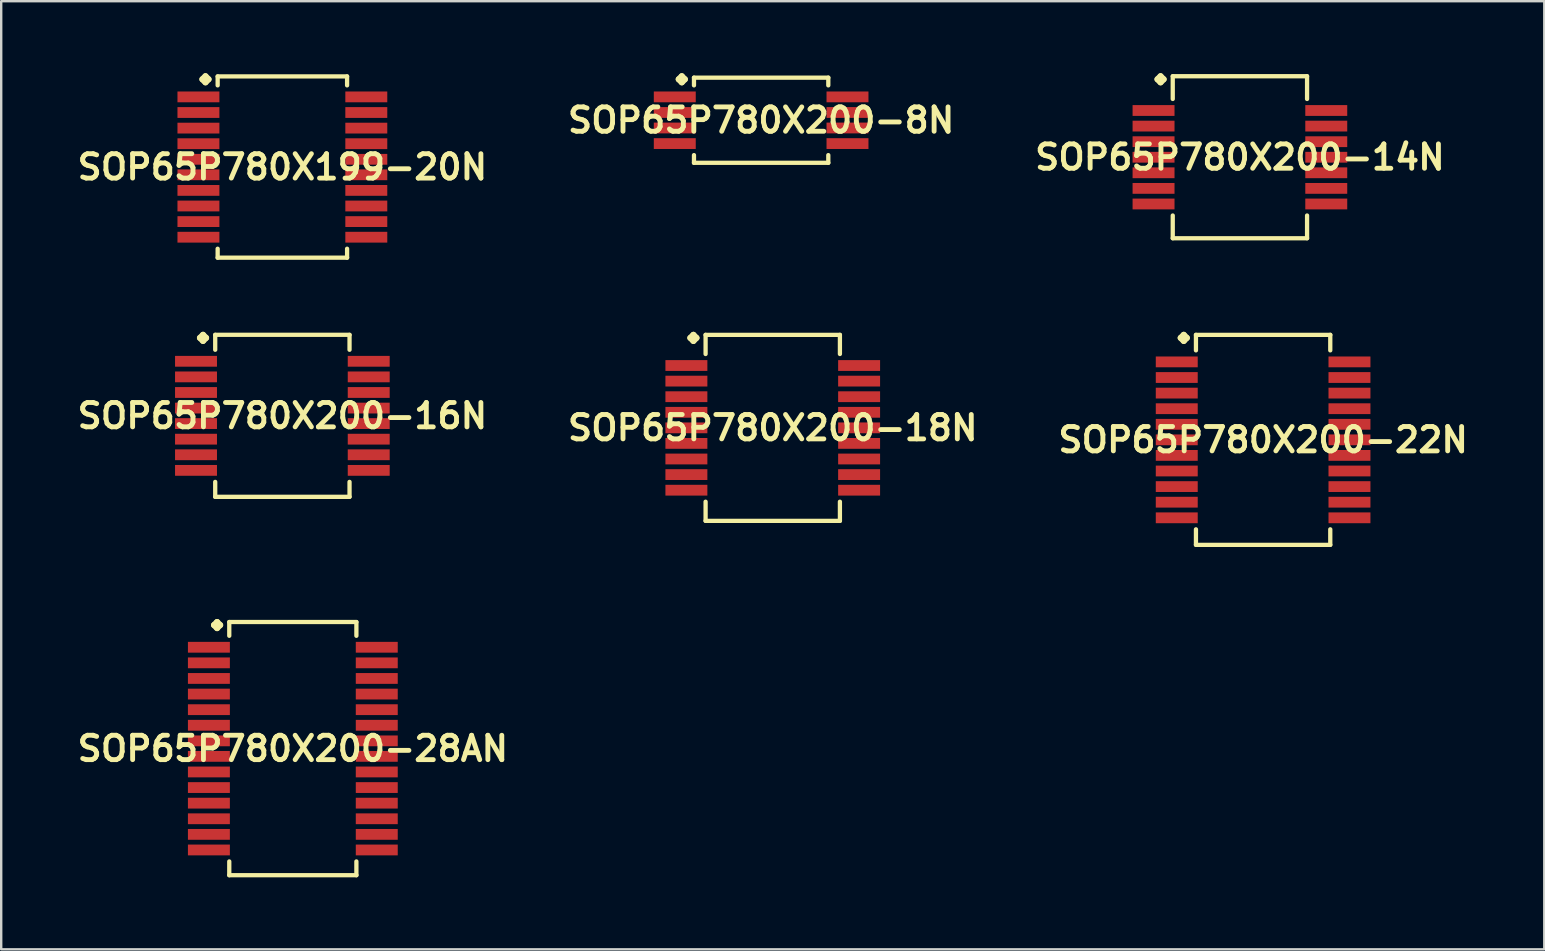
<source format=kicad_pcb>
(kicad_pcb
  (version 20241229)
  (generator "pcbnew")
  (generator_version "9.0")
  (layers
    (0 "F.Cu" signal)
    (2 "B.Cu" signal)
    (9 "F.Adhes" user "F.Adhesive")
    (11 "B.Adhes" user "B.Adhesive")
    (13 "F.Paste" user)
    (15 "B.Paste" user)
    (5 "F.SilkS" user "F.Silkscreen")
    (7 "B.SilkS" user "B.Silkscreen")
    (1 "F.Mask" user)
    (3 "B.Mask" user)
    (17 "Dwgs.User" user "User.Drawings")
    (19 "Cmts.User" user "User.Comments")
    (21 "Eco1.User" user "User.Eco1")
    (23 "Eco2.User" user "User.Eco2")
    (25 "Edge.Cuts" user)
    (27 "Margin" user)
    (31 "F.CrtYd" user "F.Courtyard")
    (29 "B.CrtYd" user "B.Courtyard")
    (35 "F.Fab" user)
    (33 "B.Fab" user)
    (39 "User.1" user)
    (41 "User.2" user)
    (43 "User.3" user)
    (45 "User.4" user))
  (footprint "SOP65P780X200-18N"
    (layer "F.Cu")
    (at 29.155 14.781)
    (property "Reference" "SOP65P780X200-18N" (at 0 0 0) (layer "F.SilkS") (effects (font (size 1.016 1.016) (thickness 0.203))))
    (attr smd)
    (fp_line (start -3.434 -3.749) (end -3.307 -3.876) (stroke (width 0.254) (type solid)) (layer "F.SilkS"))
    (fp_line (start -3.307 -3.876) (end -3.18 -3.749) (stroke (width 0.254) (type solid)) (layer "F.SilkS"))
    (fp_line (start -3.307 -3.622) (end -3.434 -3.749) (stroke (width 0.254) (type solid)) (layer "F.SilkS"))
    (fp_line (start -3.18 -3.749) (end -3.307 -3.622) (stroke (width 0.254) (type solid)) (layer "F.SilkS"))
    (fp_line (start -2.799 -3.876) (end 2.799 -3.876) (stroke (width 0.178) (type solid)) (layer "F.SilkS"))
    (fp_line (start -2.799 -3.078) (end -2.799 -3.876) (stroke (width 0.178) (type solid)) (layer "F.SilkS"))
    (fp_line (start -2.799 3.078) (end -2.799 3.876) (stroke (width 0.178) (type solid)) (layer "F.SilkS"))
    (fp_line (start -2.799 3.876) (end 2.799 3.876) (stroke (width 0.178) (type solid)) (layer "F.SilkS"))
    (fp_line (start 2.799 -3.876) (end 2.799 -3.078) (stroke (width 0.178) (type solid)) (layer "F.SilkS"))
    (fp_line (start 2.799 3.876) (end 2.799 3.078) (stroke (width 0.178) (type solid)) (layer "F.SilkS"))
    (pad "1" smd rect (at -3.599 -2.598) (size 1.748 0.45) (layers "F.Cu" "F.Mask" "F.Paste"))
    (pad "2" smd rect (at -3.599 -1.948) (size 1.748 0.45) (layers "F.Cu" "F.Mask" "F.Paste"))
    (pad "3" smd rect (at -3.599 -1.298) (size 1.748 0.45) (layers "F.Cu" "F.Mask" "F.Paste"))
    (pad "4" smd rect (at -3.599 -0.648) (size 1.748 0.45) (layers "F.Cu" "F.Mask" "F.Paste"))
    (pad "5" smd rect (at -3.599 0) (size 1.748 0.45) (layers "F.Cu" "F.Mask" "F.Paste"))
    (pad "6" smd rect (at -3.599 0.648) (size 1.748 0.45) (layers "F.Cu" "F.Mask" "F.Paste"))
    (pad "7" smd rect (at -3.599 1.298) (size 1.748 0.45) (layers "F.Cu" "F.Mask" "F.Paste"))
    (pad "8" smd rect (at -3.599 1.948) (size 1.748 0.45) (layers "F.Cu" "F.Mask" "F.Paste"))
    (pad "9" smd rect (at -3.599 2.598) (size 1.748 0.45) (layers "F.Cu" "F.Mask" "F.Paste"))
    (pad "10" smd rect (at 3.599 2.598) (size 1.748 0.45) (layers "F.Cu" "F.Mask" "F.Paste"))
    (pad "11" smd rect (at 3.599 1.948) (size 1.748 0.45) (layers "F.Cu" "F.Mask" "F.Paste"))
    (pad "12" smd rect (at 3.599 1.298) (size 1.748 0.45) (layers "F.Cu" "F.Mask" "F.Paste"))
    (pad "13" smd rect (at 3.599 0.648) (size 1.748 0.45) (layers "F.Cu" "F.Mask" "F.Paste"))
    (pad "14" smd rect (at 3.599 0) (size 1.748 0.45) (layers "F.Cu" "F.Mask" "F.Paste"))
    (pad "15" smd rect (at 3.599 -0.648) (size 1.748 0.45) (layers "F.Cu" "F.Mask" "F.Paste"))
    (pad "16" smd rect (at 3.599 -1.298) (size 1.748 0.45) (layers "F.Cu" "F.Mask" "F.Paste"))
    (pad "17" smd rect (at 3.599 -1.948) (size 1.748 0.45) (layers "F.Cu" "F.Mask" "F.Paste"))
    (pad "18" smd rect (at 3.599 -2.598) (size 1.748 0.45) (layers "F.Cu" "F.Mask" "F.Paste")))
  (footprint "SOP65P780X200-22N"
    (layer "F.Cu")
    (at 49.591 15.281)
    (property "Reference" "SOP65P780X200-22N" (at 0 0 0) (layer "F.SilkS") (effects (font (size 1.016 1.016) (thickness 0.203))))
    (attr smd)
    (fp_line (start -3.434 -4.249) (end -3.307 -4.376) (stroke (width 0.254) (type solid)) (layer "F.SilkS"))
    (fp_line (start -3.307 -4.376) (end -3.18 -4.249) (stroke (width 0.254) (type solid)) (layer "F.SilkS"))
    (fp_line (start -3.307 -4.122) (end -3.434 -4.249) (stroke (width 0.254) (type solid)) (layer "F.SilkS"))
    (fp_line (start -3.18 -4.249) (end -3.307 -4.122) (stroke (width 0.254) (type solid)) (layer "F.SilkS"))
    (fp_line (start -2.799 -4.376) (end 2.799 -4.376) (stroke (width 0.178) (type solid)) (layer "F.SilkS"))
    (fp_line (start -2.799 -3.729) (end -2.799 -4.376) (stroke (width 0.178) (type solid)) (layer "F.SilkS"))
    (fp_line (start -2.799 3.729) (end -2.799 4.376) (stroke (width 0.178) (type solid)) (layer "F.SilkS"))
    (fp_line (start -2.799 4.376) (end 2.799 4.376) (stroke (width 0.178) (type solid)) (layer "F.SilkS"))
    (fp_line (start 2.799 -4.376) (end 2.799 -3.729) (stroke (width 0.178) (type solid)) (layer "F.SilkS"))
    (fp_line (start 2.799 4.376) (end 2.799 3.729) (stroke (width 0.178) (type solid)) (layer "F.SilkS"))
    (pad "1" smd rect (at -3.599 -3.249) (size 1.748 0.45) (layers "F.Cu" "F.Mask" "F.Paste"))
    (pad "2" smd rect (at -3.599 -2.598) (size 1.748 0.45) (layers "F.Cu" "F.Mask" "F.Paste"))
    (pad "3" smd rect (at -3.599 -1.948) (size 1.748 0.45) (layers "F.Cu" "F.Mask" "F.Paste"))
    (pad "4" smd rect (at -3.599 -1.298) (size 1.748 0.45) (layers "F.Cu" "F.Mask" "F.Paste"))
    (pad "5" smd rect (at -3.599 -0.648) (size 1.748 0.45) (layers "F.Cu" "F.Mask" "F.Paste"))
    (pad "6" smd rect (at -3.599 0) (size 1.748 0.45) (layers "F.Cu" "F.Mask" "F.Paste"))
    (pad "7" smd rect (at -3.599 0.648) (size 1.748 0.45) (layers "F.Cu" "F.Mask" "F.Paste"))
    (pad "8" smd rect (at -3.599 1.298) (size 1.748 0.45) (layers "F.Cu" "F.Mask" "F.Paste"))
    (pad "9" smd rect (at -3.599 1.948) (size 1.748 0.45) (layers "F.Cu" "F.Mask" "F.Paste"))
    (pad "10" smd rect (at -3.599 2.598) (size 1.748 0.45) (layers "F.Cu" "F.Mask" "F.Paste"))
    (pad "11" smd rect (at -3.599 3.249) (size 1.748 0.45) (layers "F.Cu" "F.Mask" "F.Paste"))
    (pad "12" smd rect (at 3.599 3.249) (size 1.748 0.45) (layers "F.Cu" "F.Mask" "F.Paste"))
    (pad "13" smd rect (at 3.599 2.598) (size 1.748 0.45) (layers "F.Cu" "F.Mask" "F.Paste"))
    (pad "14" smd rect (at 3.599 1.948) (size 1.748 0.45) (layers "F.Cu" "F.Mask" "F.Paste"))
    (pad "15" smd rect (at 3.599 1.298) (size 1.748 0.45) (layers "F.Cu" "F.Mask" "F.Paste"))
    (pad "16" smd rect (at 3.599 0.648) (size 1.748 0.45) (layers "F.Cu" "F.Mask" "F.Paste"))
    (pad "17" smd rect (at 3.599 0) (size 1.748 0.45) (layers "F.Cu" "F.Mask" "F.Paste"))
    (pad "18" smd rect (at 3.599 -0.648) (size 1.748 0.45) (layers "F.Cu" "F.Mask" "F.Paste"))
    (pad "19" smd rect (at 3.599 -1.298) (size 1.748 0.45) (layers "F.Cu" "F.Mask" "F.Paste"))
    (pad "20" smd rect (at 3.599 -1.948) (size 1.748 0.45) (layers "F.Cu" "F.Mask" "F.Paste"))
    (pad "21" smd rect (at 3.599 -2.598) (size 1.748 0.45) (layers "F.Cu" "F.Mask" "F.Paste"))
    (pad "22" smd rect (at 3.599 -3.249) (size 1.748 0.45) (layers "F.Cu" "F.Mask" "F.Paste")))
  (footprint "SOP65P780X200-28AN"
    (layer "F.Cu")
    (at 9.154 28.149)
    (property "Reference" "SOP65P780X200-28AN" (at 0 0 0) (layer "F.SilkS") (effects (font (size 1.016 1.016) (thickness 0.203))))
    (attr smd)
    (fp_line (start -3.284 -5.149) (end -3.157 -5.276) (stroke (width 0.254) (type solid)) (layer "F.SilkS"))
    (fp_line (start -3.157 -5.276) (end -3.03 -5.149) (stroke (width 0.254) (type solid)) (layer "F.SilkS"))
    (fp_line (start -3.157 -5.022) (end -3.284 -5.149) (stroke (width 0.254) (type solid)) (layer "F.SilkS"))
    (fp_line (start -3.03 -5.149) (end -3.157 -5.022) (stroke (width 0.254) (type solid)) (layer "F.SilkS"))
    (fp_line (start -2.649 -5.276) (end 2.649 -5.276) (stroke (width 0.178) (type solid)) (layer "F.SilkS"))
    (fp_line (start -2.649 -4.702) (end -2.649 -5.276) (stroke (width 0.178) (type solid)) (layer "F.SilkS"))
    (fp_line (start -2.649 4.702) (end -2.649 5.276) (stroke (width 0.178) (type solid)) (layer "F.SilkS"))
    (fp_line (start -2.649 5.276) (end 2.649 5.276) (stroke (width 0.178) (type solid)) (layer "F.SilkS"))
    (fp_line (start 2.649 -5.276) (end 2.649 -4.702) (stroke (width 0.178) (type solid)) (layer "F.SilkS"))
    (fp_line (start 2.649 5.276) (end 2.649 4.702) (stroke (width 0.178) (type solid)) (layer "F.SilkS"))
    (pad "1" smd rect (at -3.498 -4.224) (size 1.748 0.45) (layers "F.Cu" "F.Mask" "F.Paste"))
    (pad "2" smd rect (at -3.498 -3.574) (size 1.748 0.45) (layers "F.Cu" "F.Mask" "F.Paste"))
    (pad "3" smd rect (at -3.498 -2.924) (size 1.748 0.45) (layers "F.Cu" "F.Mask" "F.Paste"))
    (pad "4" smd rect (at -3.498 -2.273) (size 1.748 0.45) (layers "F.Cu" "F.Mask" "F.Paste"))
    (pad "5" smd rect (at -3.498 -1.623) (size 1.748 0.45) (layers "F.Cu" "F.Mask" "F.Paste"))
    (pad "6" smd rect (at -3.498 -0.973) (size 1.748 0.45) (layers "F.Cu" "F.Mask" "F.Paste"))
    (pad "7" smd rect (at -3.498 -0.323) (size 1.748 0.45) (layers "F.Cu" "F.Mask" "F.Paste"))
    (pad "8" smd rect (at -3.498 0.323) (size 1.748 0.45) (layers "F.Cu" "F.Mask" "F.Paste"))
    (pad "9" smd rect (at -3.498 0.973) (size 1.748 0.45) (layers "F.Cu" "F.Mask" "F.Paste"))
    (pad "10" smd rect (at -3.498 1.623) (size 1.748 0.45) (layers "F.Cu" "F.Mask" "F.Paste"))
    (pad "11" smd rect (at -3.498 2.273) (size 1.748 0.45) (layers "F.Cu" "F.Mask" "F.Paste"))
    (pad "12" smd rect (at -3.498 2.924) (size 1.748 0.45) (layers "F.Cu" "F.Mask" "F.Paste"))
    (pad "13" smd rect (at -3.498 3.574) (size 1.748 0.45) (layers "F.Cu" "F.Mask" "F.Paste"))
    (pad "14" smd rect (at -3.498 4.224) (size 1.748 0.45) (layers "F.Cu" "F.Mask" "F.Paste"))
    (pad "15" smd rect (at 3.498 4.224) (size 1.748 0.45) (layers "F.Cu" "F.Mask" "F.Paste"))
    (pad "16" smd rect (at 3.498 3.574) (size 1.748 0.45) (layers "F.Cu" "F.Mask" "F.Paste"))
    (pad "17" smd rect (at 3.498 2.924) (size 1.748 0.45) (layers "F.Cu" "F.Mask" "F.Paste"))
    (pad "18" smd rect (at 3.498 2.273) (size 1.748 0.45) (layers "F.Cu" "F.Mask" "F.Paste"))
    (pad "19" smd rect (at 3.498 1.623) (size 1.748 0.45) (layers "F.Cu" "F.Mask" "F.Paste"))
    (pad "20" smd rect (at 3.498 0.973) (size 1.748 0.45) (layers "F.Cu" "F.Mask" "F.Paste"))
    (pad "21" smd rect (at 3.498 0.323) (size 1.748 0.45) (layers "F.Cu" "F.Mask" "F.Paste"))
    (pad "22" smd rect (at 3.498 -0.323) (size 1.748 0.45) (layers "F.Cu" "F.Mask" "F.Paste"))
    (pad "23" smd rect (at 3.498 -0.973) (size 1.748 0.45) (layers "F.Cu" "F.Mask" "F.Paste"))
    (pad "24" smd rect (at 3.498 -1.623) (size 1.748 0.45) (layers "F.Cu" "F.Mask" "F.Paste"))
    (pad "25" smd rect (at 3.498 -2.273) (size 1.748 0.45) (layers "F.Cu" "F.Mask" "F.Paste"))
    (pad "26" smd rect (at 3.498 -2.924) (size 1.748 0.45) (layers "F.Cu" "F.Mask" "F.Paste"))
    (pad "27" smd rect (at 3.498 -3.574) (size 1.748 0.45) (layers "F.Cu" "F.Mask" "F.Paste"))
    (pad "28" smd rect (at 3.498 -4.224) (size 1.748 0.45) (layers "F.Cu" "F.Mask" "F.Paste")))
  (footprint "SOP65P780X199-20N"
    (layer "F.Cu")
    (at 8.718 3.912)
    (property "Reference" "SOP65P780X199-20N" (at 0 0 0) (layer "F.SilkS") (effects (font (size 1.016 1.016) (thickness 0.203))))
    (attr smd)
    (fp_line (start -3.332 -3.658) (end -3.205 -3.785) (stroke (width 0.254) (type solid)) (layer "F.SilkS"))
    (fp_line (start -3.205 -3.785) (end -3.078 -3.658) (stroke (width 0.254) (type solid)) (layer "F.SilkS"))
    (fp_line (start -3.205 -3.531) (end -3.332 -3.658) (stroke (width 0.254) (type solid)) (layer "F.SilkS"))
    (fp_line (start -3.078 -3.658) (end -3.205 -3.531) (stroke (width 0.254) (type solid)) (layer "F.SilkS"))
    (fp_line (start -2.697 -3.777) (end 2.697 -3.777) (stroke (width 0.178) (type solid)) (layer "F.SilkS"))
    (fp_line (start -2.697 -3.404) (end -2.697 -3.777) (stroke (width 0.178) (type solid)) (layer "F.SilkS"))
    (fp_line (start -2.697 3.404) (end -2.697 3.777) (stroke (width 0.178) (type solid)) (layer "F.SilkS"))
    (fp_line (start -2.697 3.777) (end 2.697 3.777) (stroke (width 0.178) (type solid)) (layer "F.SilkS"))
    (fp_line (start 2.697 -3.777) (end 2.697 -3.404) (stroke (width 0.178) (type solid)) (layer "F.SilkS"))
    (fp_line (start 2.697 3.777) (end 2.697 3.404) (stroke (width 0.178) (type solid)) (layer "F.SilkS"))
    (pad "1" smd rect (at -3.498 -2.924) (size 1.748 0.45) (layers "F.Cu" "F.Mask" "F.Paste"))
    (pad "2" smd rect (at -3.498 -2.273) (size 1.748 0.45) (layers "F.Cu" "F.Mask" "F.Paste"))
    (pad "3" smd rect (at -3.498 -1.623) (size 1.748 0.45) (layers "F.Cu" "F.Mask" "F.Paste"))
    (pad "4" smd rect (at -3.498 -0.973) (size 1.748 0.45) (layers "F.Cu" "F.Mask" "F.Paste"))
    (pad "5" smd rect (at -3.498 -0.323) (size 1.748 0.45) (layers "F.Cu" "F.Mask" "F.Paste"))
    (pad "6" smd rect (at -3.498 0.323) (size 1.748 0.45) (layers "F.Cu" "F.Mask" "F.Paste"))
    (pad "7" smd rect (at -3.498 0.973) (size 1.748 0.45) (layers "F.Cu" "F.Mask" "F.Paste"))
    (pad "8" smd rect (at -3.498 1.623) (size 1.748 0.45) (layers "F.Cu" "F.Mask" "F.Paste"))
    (pad "9" smd rect (at -3.498 2.273) (size 1.748 0.45) (layers "F.Cu" "F.Mask" "F.Paste"))
    (pad "10" smd rect (at -3.498 2.924) (size 1.748 0.45) (layers "F.Cu" "F.Mask" "F.Paste"))
    (pad "11" smd rect (at 3.498 2.924) (size 1.748 0.45) (layers "F.Cu" "F.Mask" "F.Paste"))
    (pad "12" smd rect (at 3.498 2.273) (size 1.748 0.45) (layers "F.Cu" "F.Mask" "F.Paste"))
    (pad "13" smd rect (at 3.498 1.623) (size 1.748 0.45) (layers "F.Cu" "F.Mask" "F.Paste"))
    (pad "14" smd rect (at 3.498 0.973) (size 1.748 0.45) (layers "F.Cu" "F.Mask" "F.Paste"))
    (pad "15" smd rect (at 3.498 0.323) (size 1.748 0.45) (layers "F.Cu" "F.Mask" "F.Paste"))
    (pad "16" smd rect (at 3.498 -0.323) (size 1.748 0.45) (layers "F.Cu" "F.Mask" "F.Paste"))
    (pad "17" smd rect (at 3.498 -0.973) (size 1.748 0.45) (layers "F.Cu" "F.Mask" "F.Paste"))
    (pad "18" smd rect (at 3.498 -1.623) (size 1.748 0.45) (layers "F.Cu" "F.Mask" "F.Paste"))
    (pad "19" smd rect (at 3.498 -2.273) (size 1.748 0.45) (layers "F.Cu" "F.Mask" "F.Paste"))
    (pad "20" smd rect (at 3.498 -2.924) (size 1.748 0.45) (layers "F.Cu" "F.Mask" "F.Paste")))
  (footprint "SOP65P780X200-8N"
    (layer "F.Cu")
    (at 28.671 1.961)
    (property "Reference" "SOP65P780X200-8N" (at 0 0 0) (layer "F.SilkS") (effects (font (size 1.016 1.016) (thickness 0.203))))
    (attr smd)
    (fp_line (start -3.434 -1.707) (end -3.307 -1.834) (stroke (width 0.254) (type solid)) (layer "F.SilkS"))
    (fp_line (start -3.307 -1.834) (end -3.18 -1.707) (stroke (width 0.254) (type solid)) (layer "F.SilkS"))
    (fp_line (start -3.307 -1.58) (end -3.434 -1.707) (stroke (width 0.254) (type solid)) (layer "F.SilkS"))
    (fp_line (start -3.18 -1.707) (end -3.307 -1.58) (stroke (width 0.254) (type solid)) (layer "F.SilkS"))
    (fp_line (start -2.799 -1.775) (end 2.799 -1.775) (stroke (width 0.178) (type solid)) (layer "F.SilkS"))
    (fp_line (start -2.799 -1.453) (end -2.799 -1.775) (stroke (width 0.178) (type solid)) (layer "F.SilkS"))
    (fp_line (start -2.799 1.453) (end -2.799 1.775) (stroke (width 0.178) (type solid)) (layer "F.SilkS"))
    (fp_line (start -2.799 1.775) (end 2.799 1.775) (stroke (width 0.178) (type solid)) (layer "F.SilkS"))
    (fp_line (start 2.799 -1.775) (end 2.799 -1.453) (stroke (width 0.178) (type solid)) (layer "F.SilkS"))
    (fp_line (start 2.799 1.775) (end 2.799 1.453) (stroke (width 0.178) (type solid)) (layer "F.SilkS"))
    (pad "1" smd rect (at -3.599 -0.973) (size 1.748 0.45) (layers "F.Cu" "F.Mask" "F.Paste"))
    (pad "2" smd rect (at -3.599 -0.323) (size 1.748 0.45) (layers "F.Cu" "F.Mask" "F.Paste"))
    (pad "3" smd rect (at -3.599 0.323) (size 1.748 0.45) (layers "F.Cu" "F.Mask" "F.Paste"))
    (pad "4" smd rect (at -3.599 0.973) (size 1.748 0.45) (layers "F.Cu" "F.Mask" "F.Paste"))
    (pad "5" smd rect (at 3.599 0.973) (size 1.748 0.45) (layers "F.Cu" "F.Mask" "F.Paste"))
    (pad "6" smd rect (at 3.599 0.323) (size 1.748 0.45) (layers "F.Cu" "F.Mask" "F.Paste"))
    (pad "7" smd rect (at 3.599 -0.323) (size 1.748 0.45) (layers "F.Cu" "F.Mask" "F.Paste"))
    (pad "8" smd rect (at 3.599 -0.973) (size 1.748 0.45) (layers "F.Cu" "F.Mask" "F.Paste")))
  (footprint "SOP65P780X200-14N"
    (layer "F.Cu")
    (at 48.624 3.503)
    (property "Reference" "SOP65P780X200-14N" (at 0 0 0) (layer "F.SilkS") (effects (font (size 1.016 1.016) (thickness 0.203))))
    (attr smd)
    (fp_line (start -3.434 -3.249) (end -3.307 -3.376) (stroke (width 0.254) (type solid)) (layer "F.SilkS"))
    (fp_line (start -3.307 -3.376) (end -3.18 -3.249) (stroke (width 0.254) (type solid)) (layer "F.SilkS"))
    (fp_line (start -3.307 -3.122) (end -3.434 -3.249) (stroke (width 0.254) (type solid)) (layer "F.SilkS"))
    (fp_line (start -3.18 -3.249) (end -3.307 -3.122) (stroke (width 0.254) (type solid)) (layer "F.SilkS"))
    (fp_line (start -2.799 -3.376) (end 2.799 -3.376) (stroke (width 0.178) (type solid)) (layer "F.SilkS"))
    (fp_line (start -2.799 -2.428) (end -2.799 -3.376) (stroke (width 0.178) (type solid)) (layer "F.SilkS"))
    (fp_line (start -2.799 2.428) (end -2.799 3.376) (stroke (width 0.178) (type solid)) (layer "F.SilkS"))
    (fp_line (start -2.799 3.376) (end 2.799 3.376) (stroke (width 0.178) (type solid)) (layer "F.SilkS"))
    (fp_line (start 2.799 -3.376) (end 2.799 -2.428) (stroke (width 0.178) (type solid)) (layer "F.SilkS"))
    (fp_line (start 2.799 3.376) (end 2.799 2.428) (stroke (width 0.178) (type solid)) (layer "F.SilkS"))
    (pad "1" smd rect (at -3.599 -1.948) (size 1.748 0.45) (layers "F.Cu" "F.Mask" "F.Paste"))
    (pad "2" smd rect (at -3.599 -1.298) (size 1.748 0.45) (layers "F.Cu" "F.Mask" "F.Paste"))
    (pad "3" smd rect (at -3.599 -0.648) (size 1.748 0.45) (layers "F.Cu" "F.Mask" "F.Paste"))
    (pad "4" smd rect (at -3.599 0) (size 1.748 0.45) (layers "F.Cu" "F.Mask" "F.Paste"))
    (pad "5" smd rect (at -3.599 0.648) (size 1.748 0.45) (layers "F.Cu" "F.Mask" "F.Paste"))
    (pad "6" smd rect (at -3.599 1.298) (size 1.748 0.45) (layers "F.Cu" "F.Mask" "F.Paste"))
    (pad "7" smd rect (at -3.599 1.948) (size 1.748 0.45) (layers "F.Cu" "F.Mask" "F.Paste"))
    (pad "8" smd rect (at 3.599 1.948) (size 1.748 0.45) (layers "F.Cu" "F.Mask" "F.Paste"))
    (pad "9" smd rect (at 3.599 1.298) (size 1.748 0.45) (layers "F.Cu" "F.Mask" "F.Paste"))
    (pad "10" smd rect (at 3.599 0.648) (size 1.748 0.45) (layers "F.Cu" "F.Mask" "F.Paste"))
    (pad "11" smd rect (at 3.599 0) (size 1.748 0.45) (layers "F.Cu" "F.Mask" "F.Paste"))
    (pad "12" smd rect (at 3.599 -0.648) (size 1.748 0.45) (layers "F.Cu" "F.Mask" "F.Paste"))
    (pad "13" smd rect (at 3.599 -1.298) (size 1.748 0.45) (layers "F.Cu" "F.Mask" "F.Paste"))
    (pad "14" smd rect (at 3.599 -1.948) (size 1.748 0.45) (layers "F.Cu" "F.Mask" "F.Paste")))
  (footprint "SOP65P780X200-16N"
    (layer "F.Cu")
    (at 8.718 14.28)
    (property "Reference" "SOP65P780X200-16N" (at 0 0 0) (layer "F.SilkS") (effects (font (size 1.016 1.016) (thickness 0.203))))
    (attr smd)
    (fp_line (start -3.434 -3.249) (end -3.307 -3.376) (stroke (width 0.254) (type solid)) (layer "F.SilkS"))
    (fp_line (start -3.307 -3.376) (end -3.18 -3.249) (stroke (width 0.254) (type solid)) (layer "F.SilkS"))
    (fp_line (start -3.307 -3.122) (end -3.434 -3.249) (stroke (width 0.254) (type solid)) (layer "F.SilkS"))
    (fp_line (start -3.18 -3.249) (end -3.307 -3.122) (stroke (width 0.254) (type solid)) (layer "F.SilkS"))
    (fp_line (start -2.799 -3.376) (end 2.799 -3.376) (stroke (width 0.178) (type solid)) (layer "F.SilkS"))
    (fp_line (start -2.799 -2.753) (end -2.799 -3.376) (stroke (width 0.178) (type solid)) (layer "F.SilkS"))
    (fp_line (start -2.799 2.753) (end -2.799 3.376) (stroke (width 0.178) (type solid)) (layer "F.SilkS"))
    (fp_line (start -2.799 3.376) (end 2.799 3.376) (stroke (width 0.178) (type solid)) (layer "F.SilkS"))
    (fp_line (start 2.799 -3.376) (end 2.799 -2.753) (stroke (width 0.178) (type solid)) (layer "F.SilkS"))
    (fp_line (start 2.799 3.376) (end 2.799 2.753) (stroke (width 0.178) (type solid)) (layer "F.SilkS"))
    (pad "1" smd rect (at -3.599 -2.273) (size 1.748 0.45) (layers "F.Cu" "F.Mask" "F.Paste"))
    (pad "2" smd rect (at -3.599 -1.623) (size 1.748 0.45) (layers "F.Cu" "F.Mask" "F.Paste"))
    (pad "3" smd rect (at -3.599 -0.973) (size 1.748 0.45) (layers "F.Cu" "F.Mask" "F.Paste"))
    (pad "4" smd rect (at -3.599 -0.323) (size 1.748 0.45) (layers "F.Cu" "F.Mask" "F.Paste"))
    (pad "5" smd rect (at -3.599 0.323) (size 1.748 0.45) (layers "F.Cu" "F.Mask" "F.Paste"))
    (pad "6" smd rect (at -3.599 0.973) (size 1.748 0.45) (layers "F.Cu" "F.Mask" "F.Paste"))
    (pad "7" smd rect (at -3.599 1.623) (size 1.748 0.45) (layers "F.Cu" "F.Mask" "F.Paste"))
    (pad "8" smd rect (at -3.599 2.273) (size 1.748 0.45) (layers "F.Cu" "F.Mask" "F.Paste"))
    (pad "9" smd rect (at 3.599 2.273) (size 1.748 0.45) (layers "F.Cu" "F.Mask" "F.Paste"))
    (pad "10" smd rect (at 3.599 1.623) (size 1.748 0.45) (layers "F.Cu" "F.Mask" "F.Paste"))
    (pad "11" smd rect (at 3.599 0.973) (size 1.748 0.45) (layers "F.Cu" "F.Mask" "F.Paste"))
    (pad "12" smd rect (at 3.599 0.323) (size 1.748 0.45) (layers "F.Cu" "F.Mask" "F.Paste"))
    (pad "13" smd rect (at 3.599 -0.323) (size 1.748 0.45) (layers "F.Cu" "F.Mask" "F.Paste"))
    (pad "14" smd rect (at 3.599 -0.973) (size 1.748 0.45) (layers "F.Cu" "F.Mask" "F.Paste"))
    (pad "15" smd rect (at 3.599 -1.623) (size 1.748 0.45) (layers "F.Cu" "F.Mask" "F.Paste"))
    (pad "16" smd rect (at 3.599 -2.273) (size 1.748 0.45) (layers "F.Cu" "F.Mask" "F.Paste")))
  (gr_rect
    (start -3 -3)
    (end 61.309 36.513)
    (stroke (width 0.1) (type default))
    (fill no)
    (layer "Edge.Cuts")))
</source>
